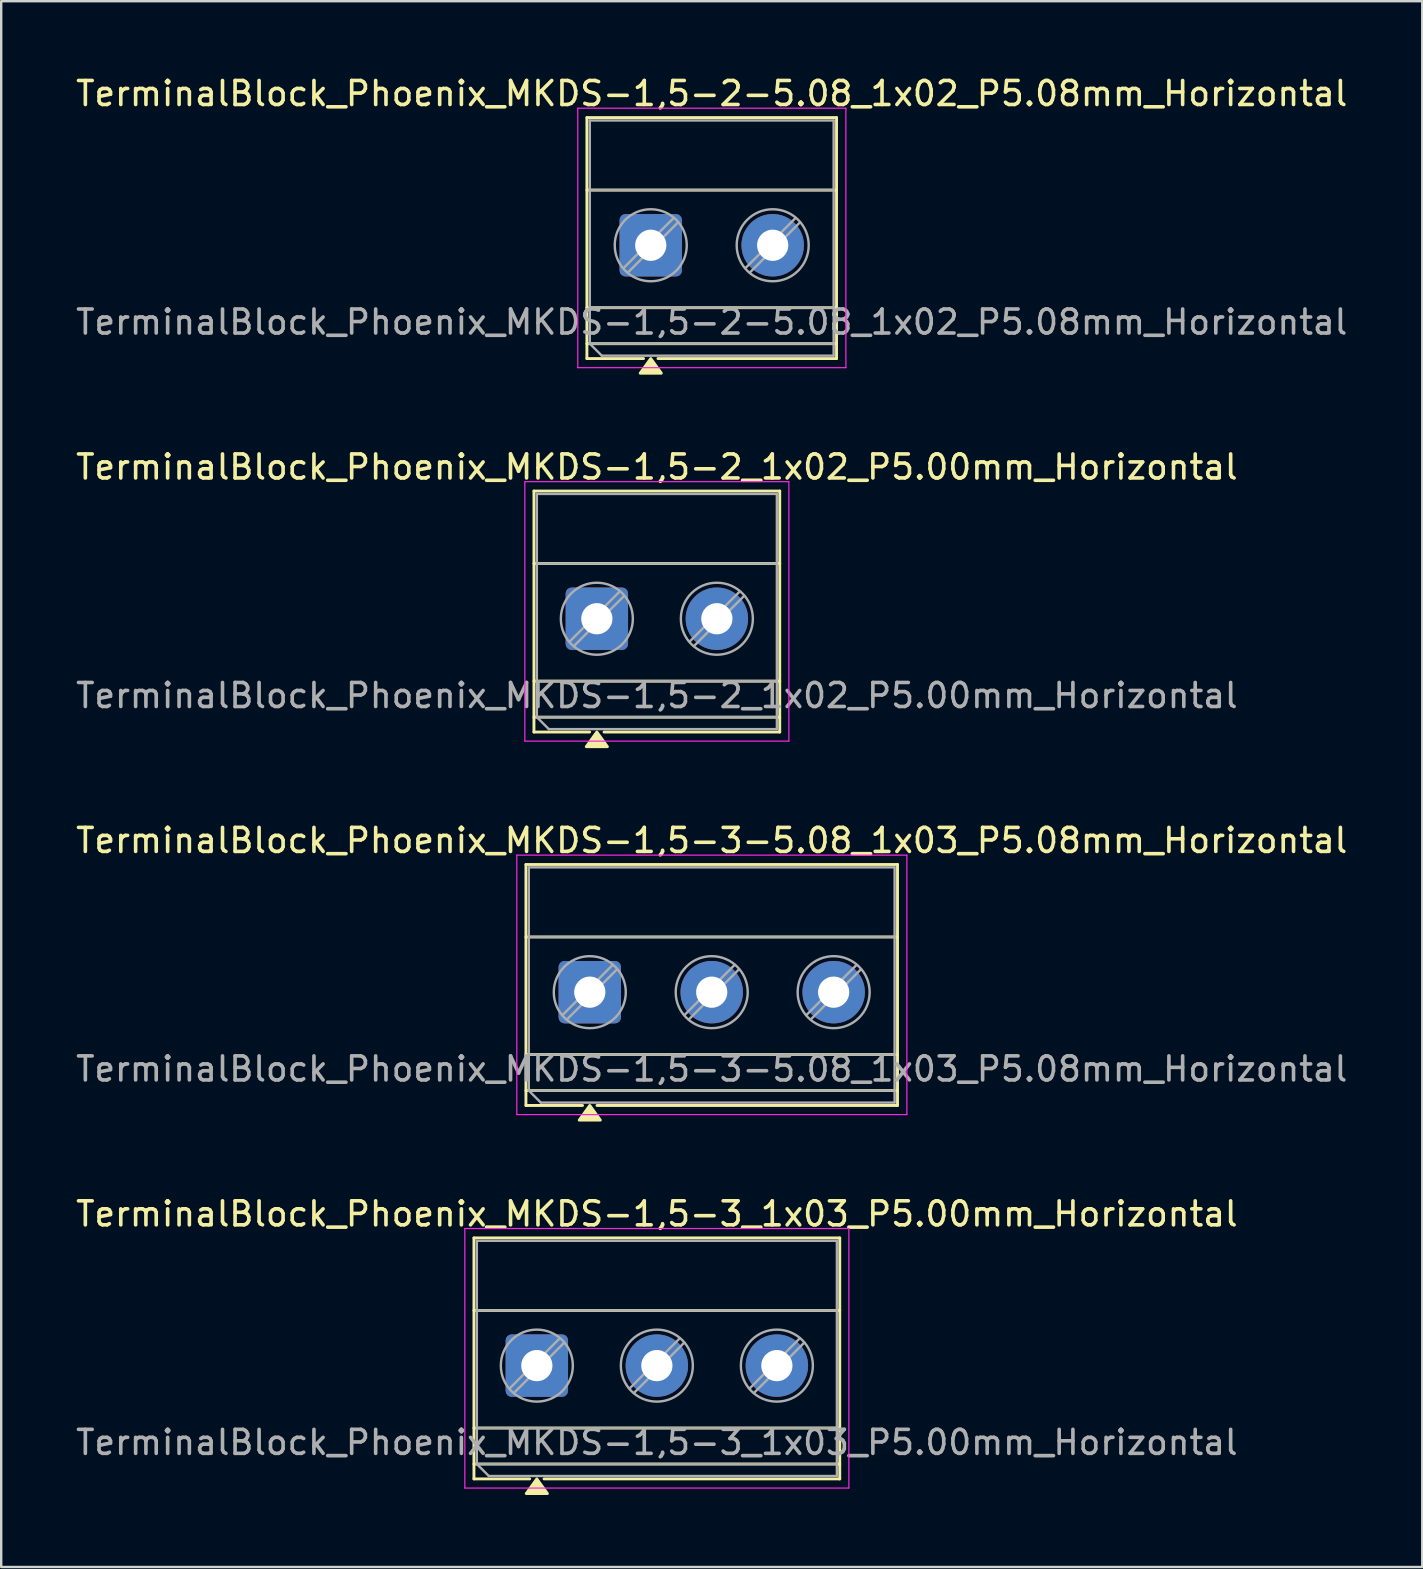
<source format=kicad_pcb>
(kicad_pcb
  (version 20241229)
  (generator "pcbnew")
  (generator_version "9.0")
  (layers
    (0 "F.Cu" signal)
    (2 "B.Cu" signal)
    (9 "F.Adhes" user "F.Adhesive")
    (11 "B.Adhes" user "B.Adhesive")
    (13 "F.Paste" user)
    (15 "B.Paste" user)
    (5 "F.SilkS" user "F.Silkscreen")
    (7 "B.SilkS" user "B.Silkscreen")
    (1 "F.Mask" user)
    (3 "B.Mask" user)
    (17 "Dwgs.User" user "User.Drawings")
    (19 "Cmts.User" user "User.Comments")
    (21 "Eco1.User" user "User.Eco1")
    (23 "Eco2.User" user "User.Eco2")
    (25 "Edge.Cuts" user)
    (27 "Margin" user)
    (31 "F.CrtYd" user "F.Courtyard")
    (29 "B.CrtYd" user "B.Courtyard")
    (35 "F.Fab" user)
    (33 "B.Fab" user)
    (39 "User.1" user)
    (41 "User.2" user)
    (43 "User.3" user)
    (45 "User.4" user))
  (footprint "TerminalBlock_Phoenix_MKDS-1,5-2_1x02_P5.00mm_Horizontal"
    (layer "F.Cu")
    (at 21.815 22.727)
    (property "Reference" "TerminalBlock_Phoenix_MKDS-1,5-2_1x02_P5.00mm_Horizontal" (at 2.5 -6.32 0) (layer "F.SilkS") (effects (font (size 1 1) (thickness 0.15))))
    (attr through_hole)
    (fp_line (start -2.62 -5.32) (end -2.62 4.72) (stroke (width 0.12) (type solid)) (layer "F.SilkS"))
    (fp_line (start -2.62 -5.32) (end 7.62 -5.32) (stroke (width 0.12) (type solid)) (layer "F.SilkS"))
    (fp_line (start -2.62 -2.3) (end 7.62 -2.3) (stroke (width 0.12) (type solid)) (layer "F.SilkS"))
    (fp_line (start -2.62 2.6) (end 7.62 2.6) (stroke (width 0.12) (type solid)) (layer "F.SilkS"))
    (fp_line (start -2.62 4.1) (end 7.62 4.1) (stroke (width 0.12) (type solid)) (layer "F.SilkS"))
    (fp_line (start -2.62 4.72) (end -0.3 4.72) (stroke (width 0.12) (type solid)) (layer "F.SilkS"))
    (fp_line (start 0.3 4.72) (end 7.62 4.72) (stroke (width 0.12) (type solid)) (layer "F.SilkS"))
    (fp_line (start 7.62 -5.32) (end 7.62 4.72) (stroke (width 0.12) (type solid)) (layer "F.SilkS"))
    (fp_poly (pts (xy 0 4.72) (xy 0.44 5.33) (xy -0.44 5.33)) (stroke (width 0.12) (type solid)) (fill yes) (layer "F.SilkS"))
    (fp_line (start -3 -5.71) (end -3 5.1) (stroke (width 0.05) (type solid)) (layer "F.CrtYd"))
    (fp_line (start -3 5.1) (end 8 5.1) (stroke (width 0.05) (type solid)) (layer "F.CrtYd"))
    (fp_line (start 8 -5.71) (end -3 -5.71) (stroke (width 0.05) (type solid)) (layer "F.CrtYd"))
    (fp_line (start 8 5.1) (end 8 -5.71) (stroke (width 0.05) (type solid)) (layer "F.CrtYd"))
    (fp_line (start -2.5 -5.2) (end 7.5 -5.2) (stroke (width 0.1) (type solid)) (layer "F.Fab"))
    (fp_line (start -2.5 -2.3) (end 7.5 -2.3) (stroke (width 0.1) (type solid)) (layer "F.Fab"))
    (fp_line (start -2.5 2.6) (end 7.5 2.6) (stroke (width 0.1) (type solid)) (layer "F.Fab"))
    (fp_line (start -2.5 4.1) (end -2.5 -5.2) (stroke (width 0.1) (type solid)) (layer "F.Fab"))
    (fp_line (start -2.5 4.1) (end 7.5 4.1) (stroke (width 0.1) (type solid)) (layer "F.Fab"))
    (fp_line (start -2 4.6) (end -2.5 4.1) (stroke (width 0.1) (type solid)) (layer "F.Fab"))
    (fp_line (start 0.955 -1.138) (end -1.138 0.955) (stroke (width 0.1) (type solid)) (layer "F.Fab"))
    (fp_line (start 1.138 -0.955) (end -0.955 1.138) (stroke (width 0.1) (type solid)) (layer "F.Fab"))
    (fp_line (start 5.955 -1.138) (end 3.862 0.955) (stroke (width 0.1) (type solid)) (layer "F.Fab"))
    (fp_line (start 6.138 -0.955) (end 4.045 1.138) (stroke (width 0.1) (type solid)) (layer "F.Fab"))
    (fp_line (start 7.5 -5.2) (end 7.5 4.6) (stroke (width 0.1) (type solid)) (layer "F.Fab"))
    (fp_line (start 7.5 4.6) (end -2 4.6) (stroke (width 0.1) (type solid)) (layer "F.Fab"))
    (fp_circle (center 0 0) (end 1.5 0) (stroke (width 0.1) (type solid)) (fill no) (layer "F.Fab"))
    (fp_circle (center 5 0) (end 6.5 0) (stroke (width 0.1) (type solid)) (fill no) (layer "F.Fab"))
    (fp_text user "${REFERENCE}" (at 2.5 3.2 0) (layer "F.Fab") (effects (font (size 1 1) (thickness 0.15))))
    (pad "1" thru_hole roundrect (at 0 0) (size 2.6 2.6) (drill 1.3) (layers "*.Cu" "*.Mask") (roundrect_rratio 0.096))
    (pad "2" thru_hole circle (at 5 0) (size 2.6 2.6) (drill 1.3) (layers "*.Cu" "*.Mask")))
  (footprint "TerminalBlock_Phoenix_MKDS-1,5-2-5.08_1x02_P5.08mm_Horizontal"
    (layer "F.Cu")
    (at 24.061 7.168)
    (property "Reference" "TerminalBlock_Phoenix_MKDS-1,5-2-5.08_1x02_P5.08mm_Horizontal" (at 2.54 -6.32 0) (layer "F.SilkS") (effects (font (size 1 1) (thickness 0.15))))
    (attr through_hole)
    (fp_line (start -2.66 -5.32) (end -2.66 4.72) (stroke (width 0.12) (type solid)) (layer "F.SilkS"))
    (fp_line (start -2.66 -5.32) (end 7.74 -5.32) (stroke (width 0.12) (type solid)) (layer "F.SilkS"))
    (fp_line (start -2.66 -2.3) (end 7.74 -2.3) (stroke (width 0.12) (type solid)) (layer "F.SilkS"))
    (fp_line (start -2.66 2.6) (end 7.74 2.6) (stroke (width 0.12) (type solid)) (layer "F.SilkS"))
    (fp_line (start -2.66 4.1) (end 7.74 4.1) (stroke (width 0.12) (type solid)) (layer "F.SilkS"))
    (fp_line (start -2.66 4.72) (end -0.3 4.72) (stroke (width 0.12) (type solid)) (layer "F.SilkS"))
    (fp_line (start 0.3 4.72) (end 7.74 4.72) (stroke (width 0.12) (type solid)) (layer "F.SilkS"))
    (fp_line (start 7.74 -5.32) (end 7.74 4.72) (stroke (width 0.12) (type solid)) (layer "F.SilkS"))
    (fp_poly (pts (xy 0 4.72) (xy 0.44 5.33) (xy -0.44 5.33)) (stroke (width 0.12) (type solid)) (fill yes) (layer "F.SilkS"))
    (fp_line (start -3.04 -5.71) (end -3.04 5.1) (stroke (width 0.05) (type solid)) (layer "F.CrtYd"))
    (fp_line (start -3.04 5.1) (end 8.13 5.1) (stroke (width 0.05) (type solid)) (layer "F.CrtYd"))
    (fp_line (start 8.13 -5.71) (end -3.04 -5.71) (stroke (width 0.05) (type solid)) (layer "F.CrtYd"))
    (fp_line (start 8.13 5.1) (end 8.13 -5.71) (stroke (width 0.05) (type solid)) (layer "F.CrtYd"))
    (fp_line (start -2.54 -5.2) (end 7.62 -5.2) (stroke (width 0.1) (type solid)) (layer "F.Fab"))
    (fp_line (start -2.54 -2.3) (end 7.62 -2.3) (stroke (width 0.1) (type solid)) (layer "F.Fab"))
    (fp_line (start -2.54 2.6) (end 7.62 2.6) (stroke (width 0.1) (type solid)) (layer "F.Fab"))
    (fp_line (start -2.54 4.1) (end -2.54 -5.2) (stroke (width 0.1) (type solid)) (layer "F.Fab"))
    (fp_line (start -2.54 4.1) (end 7.62 4.1) (stroke (width 0.1) (type solid)) (layer "F.Fab"))
    (fp_line (start -2.04 4.6) (end -2.54 4.1) (stroke (width 0.1) (type solid)) (layer "F.Fab"))
    (fp_line (start 0.955 -1.138) (end -1.138 0.955) (stroke (width 0.1) (type solid)) (layer "F.Fab"))
    (fp_line (start 1.138 -0.955) (end -0.955 1.138) (stroke (width 0.1) (type solid)) (layer "F.Fab"))
    (fp_line (start 6.035 -1.138) (end 3.942 0.955) (stroke (width 0.1) (type solid)) (layer "F.Fab"))
    (fp_line (start 6.218 -0.955) (end 4.125 1.138) (stroke (width 0.1) (type solid)) (layer "F.Fab"))
    (fp_line (start 7.62 -5.2) (end 7.62 4.6) (stroke (width 0.1) (type solid)) (layer "F.Fab"))
    (fp_line (start 7.62 4.6) (end -2.04 4.6) (stroke (width 0.1) (type solid)) (layer "F.Fab"))
    (fp_circle (center 0 0) (end 1.5 0) (stroke (width 0.1) (type solid)) (fill no) (layer "F.Fab"))
    (fp_circle (center 5.08 0) (end 6.58 0) (stroke (width 0.1) (type solid)) (fill no) (layer "F.Fab"))
    (fp_text user "${REFERENCE}" (at 2.54 3.2 0) (layer "F.Fab") (effects (font (size 1 1) (thickness 0.15))))
    (pad "1" thru_hole roundrect (at 0 0) (size 2.6 2.6) (drill 1.3) (layers "*.Cu" "*.Mask") (roundrect_rratio 0.096))
    (pad "2" thru_hole circle (at 5.08 0) (size 2.6 2.6) (drill 1.3) (layers "*.Cu" "*.Mask")))
  (footprint "TerminalBlock_Phoenix_MKDS-1,5-3_1x03_P5.00mm_Horizontal"
    (layer "F.Cu")
    (at 19.315 53.843)
    (property "Reference" "TerminalBlock_Phoenix_MKDS-1,5-3_1x03_P5.00mm_Horizontal" (at 5 -6.32 0) (layer "F.SilkS") (effects (font (size 1 1) (thickness 0.15))))
    (attr through_hole)
    (fp_line (start -2.62 -5.32) (end -2.62 4.72) (stroke (width 0.12) (type solid)) (layer "F.SilkS"))
    (fp_line (start -2.62 -5.32) (end 12.62 -5.32) (stroke (width 0.12) (type solid)) (layer "F.SilkS"))
    (fp_line (start -2.62 -2.3) (end 12.62 -2.3) (stroke (width 0.12) (type solid)) (layer "F.SilkS"))
    (fp_line (start -2.62 2.6) (end 12.62 2.6) (stroke (width 0.12) (type solid)) (layer "F.SilkS"))
    (fp_line (start -2.62 4.1) (end 12.62 4.1) (stroke (width 0.12) (type solid)) (layer "F.SilkS"))
    (fp_line (start -2.62 4.72) (end -0.3 4.72) (stroke (width 0.12) (type solid)) (layer "F.SilkS"))
    (fp_line (start 0.3 4.72) (end 12.62 4.72) (stroke (width 0.12) (type solid)) (layer "F.SilkS"))
    (fp_line (start 12.62 -5.32) (end 12.62 4.72) (stroke (width 0.12) (type solid)) (layer "F.SilkS"))
    (fp_poly (pts (xy 0 4.72) (xy 0.44 5.33) (xy -0.44 5.33)) (stroke (width 0.12) (type solid)) (fill yes) (layer "F.SilkS"))
    (fp_line (start -3 -5.71) (end -3 5.1) (stroke (width 0.05) (type solid)) (layer "F.CrtYd"))
    (fp_line (start -3 5.1) (end 13 5.1) (stroke (width 0.05) (type solid)) (layer "F.CrtYd"))
    (fp_line (start 13 -5.71) (end -3 -5.71) (stroke (width 0.05) (type solid)) (layer "F.CrtYd"))
    (fp_line (start 13 5.1) (end 13 -5.71) (stroke (width 0.05) (type solid)) (layer "F.CrtYd"))
    (fp_line (start -2.5 -5.2) (end 12.5 -5.2) (stroke (width 0.1) (type solid)) (layer "F.Fab"))
    (fp_line (start -2.5 -2.3) (end 12.5 -2.3) (stroke (width 0.1) (type solid)) (layer "F.Fab"))
    (fp_line (start -2.5 2.6) (end 12.5 2.6) (stroke (width 0.1) (type solid)) (layer "F.Fab"))
    (fp_line (start -2.5 4.1) (end -2.5 -5.2) (stroke (width 0.1) (type solid)) (layer "F.Fab"))
    (fp_line (start -2.5 4.1) (end 12.5 4.1) (stroke (width 0.1) (type solid)) (layer "F.Fab"))
    (fp_line (start -2 4.6) (end -2.5 4.1) (stroke (width 0.1) (type solid)) (layer "F.Fab"))
    (fp_line (start 0.955 -1.138) (end -1.138 0.955) (stroke (width 0.1) (type solid)) (layer "F.Fab"))
    (fp_line (start 1.138 -0.955) (end -0.955 1.138) (stroke (width 0.1) (type solid)) (layer "F.Fab"))
    (fp_line (start 5.955 -1.138) (end 3.862 0.955) (stroke (width 0.1) (type solid)) (layer "F.Fab"))
    (fp_line (start 6.138 -0.955) (end 4.045 1.138) (stroke (width 0.1) (type solid)) (layer "F.Fab"))
    (fp_line (start 10.955 -1.138) (end 8.862 0.955) (stroke (width 0.1) (type solid)) (layer "F.Fab"))
    (fp_line (start 11.138 -0.955) (end 9.045 1.138) (stroke (width 0.1) (type solid)) (layer "F.Fab"))
    (fp_line (start 12.5 -5.2) (end 12.5 4.6) (stroke (width 0.1) (type solid)) (layer "F.Fab"))
    (fp_line (start 12.5 4.6) (end -2 4.6) (stroke (width 0.1) (type solid)) (layer "F.Fab"))
    (fp_circle (center 0 0) (end 1.5 0) (stroke (width 0.1) (type solid)) (fill no) (layer "F.Fab"))
    (fp_circle (center 5 0) (end 6.5 0) (stroke (width 0.1) (type solid)) (fill no) (layer "F.Fab"))
    (fp_circle (center 10 0) (end 11.5 0) (stroke (width 0.1) (type solid)) (fill no) (layer "F.Fab"))
    (fp_text user "${REFERENCE}" (at 5 3.2 0) (layer "F.Fab") (effects (font (size 1 1) (thickness 0.15))))
    (pad "1" thru_hole roundrect (at 0 0) (size 2.6 2.6) (drill 1.3) (layers "*.Cu" "*.Mask") (roundrect_rratio 0.096))
    (pad "2" thru_hole circle (at 5 0) (size 2.6 2.6) (drill 1.3) (layers "*.Cu" "*.Mask"))
    (pad "3" thru_hole circle (at 10 0) (size 2.6 2.6) (drill 1.3) (layers "*.Cu" "*.Mask")))
  (footprint "TerminalBlock_Phoenix_MKDS-1,5-3-5.08_1x03_P5.08mm_Horizontal"
    (layer "F.Cu")
    (at 21.521 38.285)
    (property "Reference" "TerminalBlock_Phoenix_MKDS-1,5-3-5.08_1x03_P5.08mm_Horizontal" (at 5.08 -6.32 0) (layer "F.SilkS") (effects (font (size 1 1) (thickness 0.15))))
    (attr through_hole)
    (fp_line (start -2.66 -5.32) (end -2.66 4.72) (stroke (width 0.12) (type solid)) (layer "F.SilkS"))
    (fp_line (start -2.66 -5.32) (end 12.82 -5.32) (stroke (width 0.12) (type solid)) (layer "F.SilkS"))
    (fp_line (start -2.66 -2.3) (end 12.82 -2.3) (stroke (width 0.12) (type solid)) (layer "F.SilkS"))
    (fp_line (start -2.66 2.6) (end 12.82 2.6) (stroke (width 0.12) (type solid)) (layer "F.SilkS"))
    (fp_line (start -2.66 4.1) (end 12.82 4.1) (stroke (width 0.12) (type solid)) (layer "F.SilkS"))
    (fp_line (start -2.66 4.72) (end -0.3 4.72) (stroke (width 0.12) (type solid)) (layer "F.SilkS"))
    (fp_line (start 0.3 4.72) (end 12.82 4.72) (stroke (width 0.12) (type solid)) (layer "F.SilkS"))
    (fp_line (start 12.82 -5.32) (end 12.82 4.72) (stroke (width 0.12) (type solid)) (layer "F.SilkS"))
    (fp_poly (pts (xy 0 4.72) (xy 0.44 5.33) (xy -0.44 5.33)) (stroke (width 0.12) (type solid)) (fill yes) (layer "F.SilkS"))
    (fp_line (start -3.04 -5.71) (end -3.04 5.1) (stroke (width 0.05) (type solid)) (layer "F.CrtYd"))
    (fp_line (start -3.04 5.1) (end 13.21 5.1) (stroke (width 0.05) (type solid)) (layer "F.CrtYd"))
    (fp_line (start 13.21 -5.71) (end -3.04 -5.71) (stroke (width 0.05) (type solid)) (layer "F.CrtYd"))
    (fp_line (start 13.21 5.1) (end 13.21 -5.71) (stroke (width 0.05) (type solid)) (layer "F.CrtYd"))
    (fp_line (start -2.54 -5.2) (end 12.7 -5.2) (stroke (width 0.1) (type solid)) (layer "F.Fab"))
    (fp_line (start -2.54 -2.3) (end 12.7 -2.3) (stroke (width 0.1) (type solid)) (layer "F.Fab"))
    (fp_line (start -2.54 2.6) (end 12.7 2.6) (stroke (width 0.1) (type solid)) (layer "F.Fab"))
    (fp_line (start -2.54 4.1) (end -2.54 -5.2) (stroke (width 0.1) (type solid)) (layer "F.Fab"))
    (fp_line (start -2.54 4.1) (end 12.7 4.1) (stroke (width 0.1) (type solid)) (layer "F.Fab"))
    (fp_line (start -2.04 4.6) (end -2.54 4.1) (stroke (width 0.1) (type solid)) (layer "F.Fab"))
    (fp_line (start 0.955 -1.138) (end -1.138 0.955) (stroke (width 0.1) (type solid)) (layer "F.Fab"))
    (fp_line (start 1.138 -0.955) (end -0.955 1.138) (stroke (width 0.1) (type solid)) (layer "F.Fab"))
    (fp_line (start 6.035 -1.138) (end 3.942 0.955) (stroke (width 0.1) (type solid)) (layer "F.Fab"))
    (fp_line (start 6.218 -0.955) (end 4.125 1.138) (stroke (width 0.1) (type solid)) (layer "F.Fab"))
    (fp_line (start 11.115 -1.138) (end 9.022 0.955) (stroke (width 0.1) (type solid)) (layer "F.Fab"))
    (fp_line (start 11.298 -0.955) (end 9.205 1.138) (stroke (width 0.1) (type solid)) (layer "F.Fab"))
    (fp_line (start 12.7 -5.2) (end 12.7 4.6) (stroke (width 0.1) (type solid)) (layer "F.Fab"))
    (fp_line (start 12.7 4.6) (end -2.04 4.6) (stroke (width 0.1) (type solid)) (layer "F.Fab"))
    (fp_circle (center 0 0) (end 1.5 0) (stroke (width 0.1) (type solid)) (fill no) (layer "F.Fab"))
    (fp_circle (center 5.08 0) (end 6.58 0) (stroke (width 0.1) (type solid)) (fill no) (layer "F.Fab"))
    (fp_circle (center 10.16 0) (end 11.66 0) (stroke (width 0.1) (type solid)) (fill no) (layer "F.Fab"))
    (fp_text user "${REFERENCE}" (at 5.08 3.2 0) (layer "F.Fab") (effects (font (size 1 1) (thickness 0.15))))
    (pad "1" thru_hole roundrect (at 0 0) (size 2.6 2.6) (drill 1.3) (layers "*.Cu" "*.Mask") (roundrect_rratio 0.096))
    (pad "2" thru_hole circle (at 5.08 0) (size 2.6 2.6) (drill 1.3) (layers "*.Cu" "*.Mask"))
    (pad "3" thru_hole circle (at 10.16 0) (size 2.6 2.6) (drill 1.3) (layers "*.Cu" "*.Mask")))
  (gr_rect
    (start -3 -3)
    (end 56.202 62.233)
    (stroke (width 0.1) (type default))
    (fill no)
    (layer "Edge.Cuts")))
</source>
